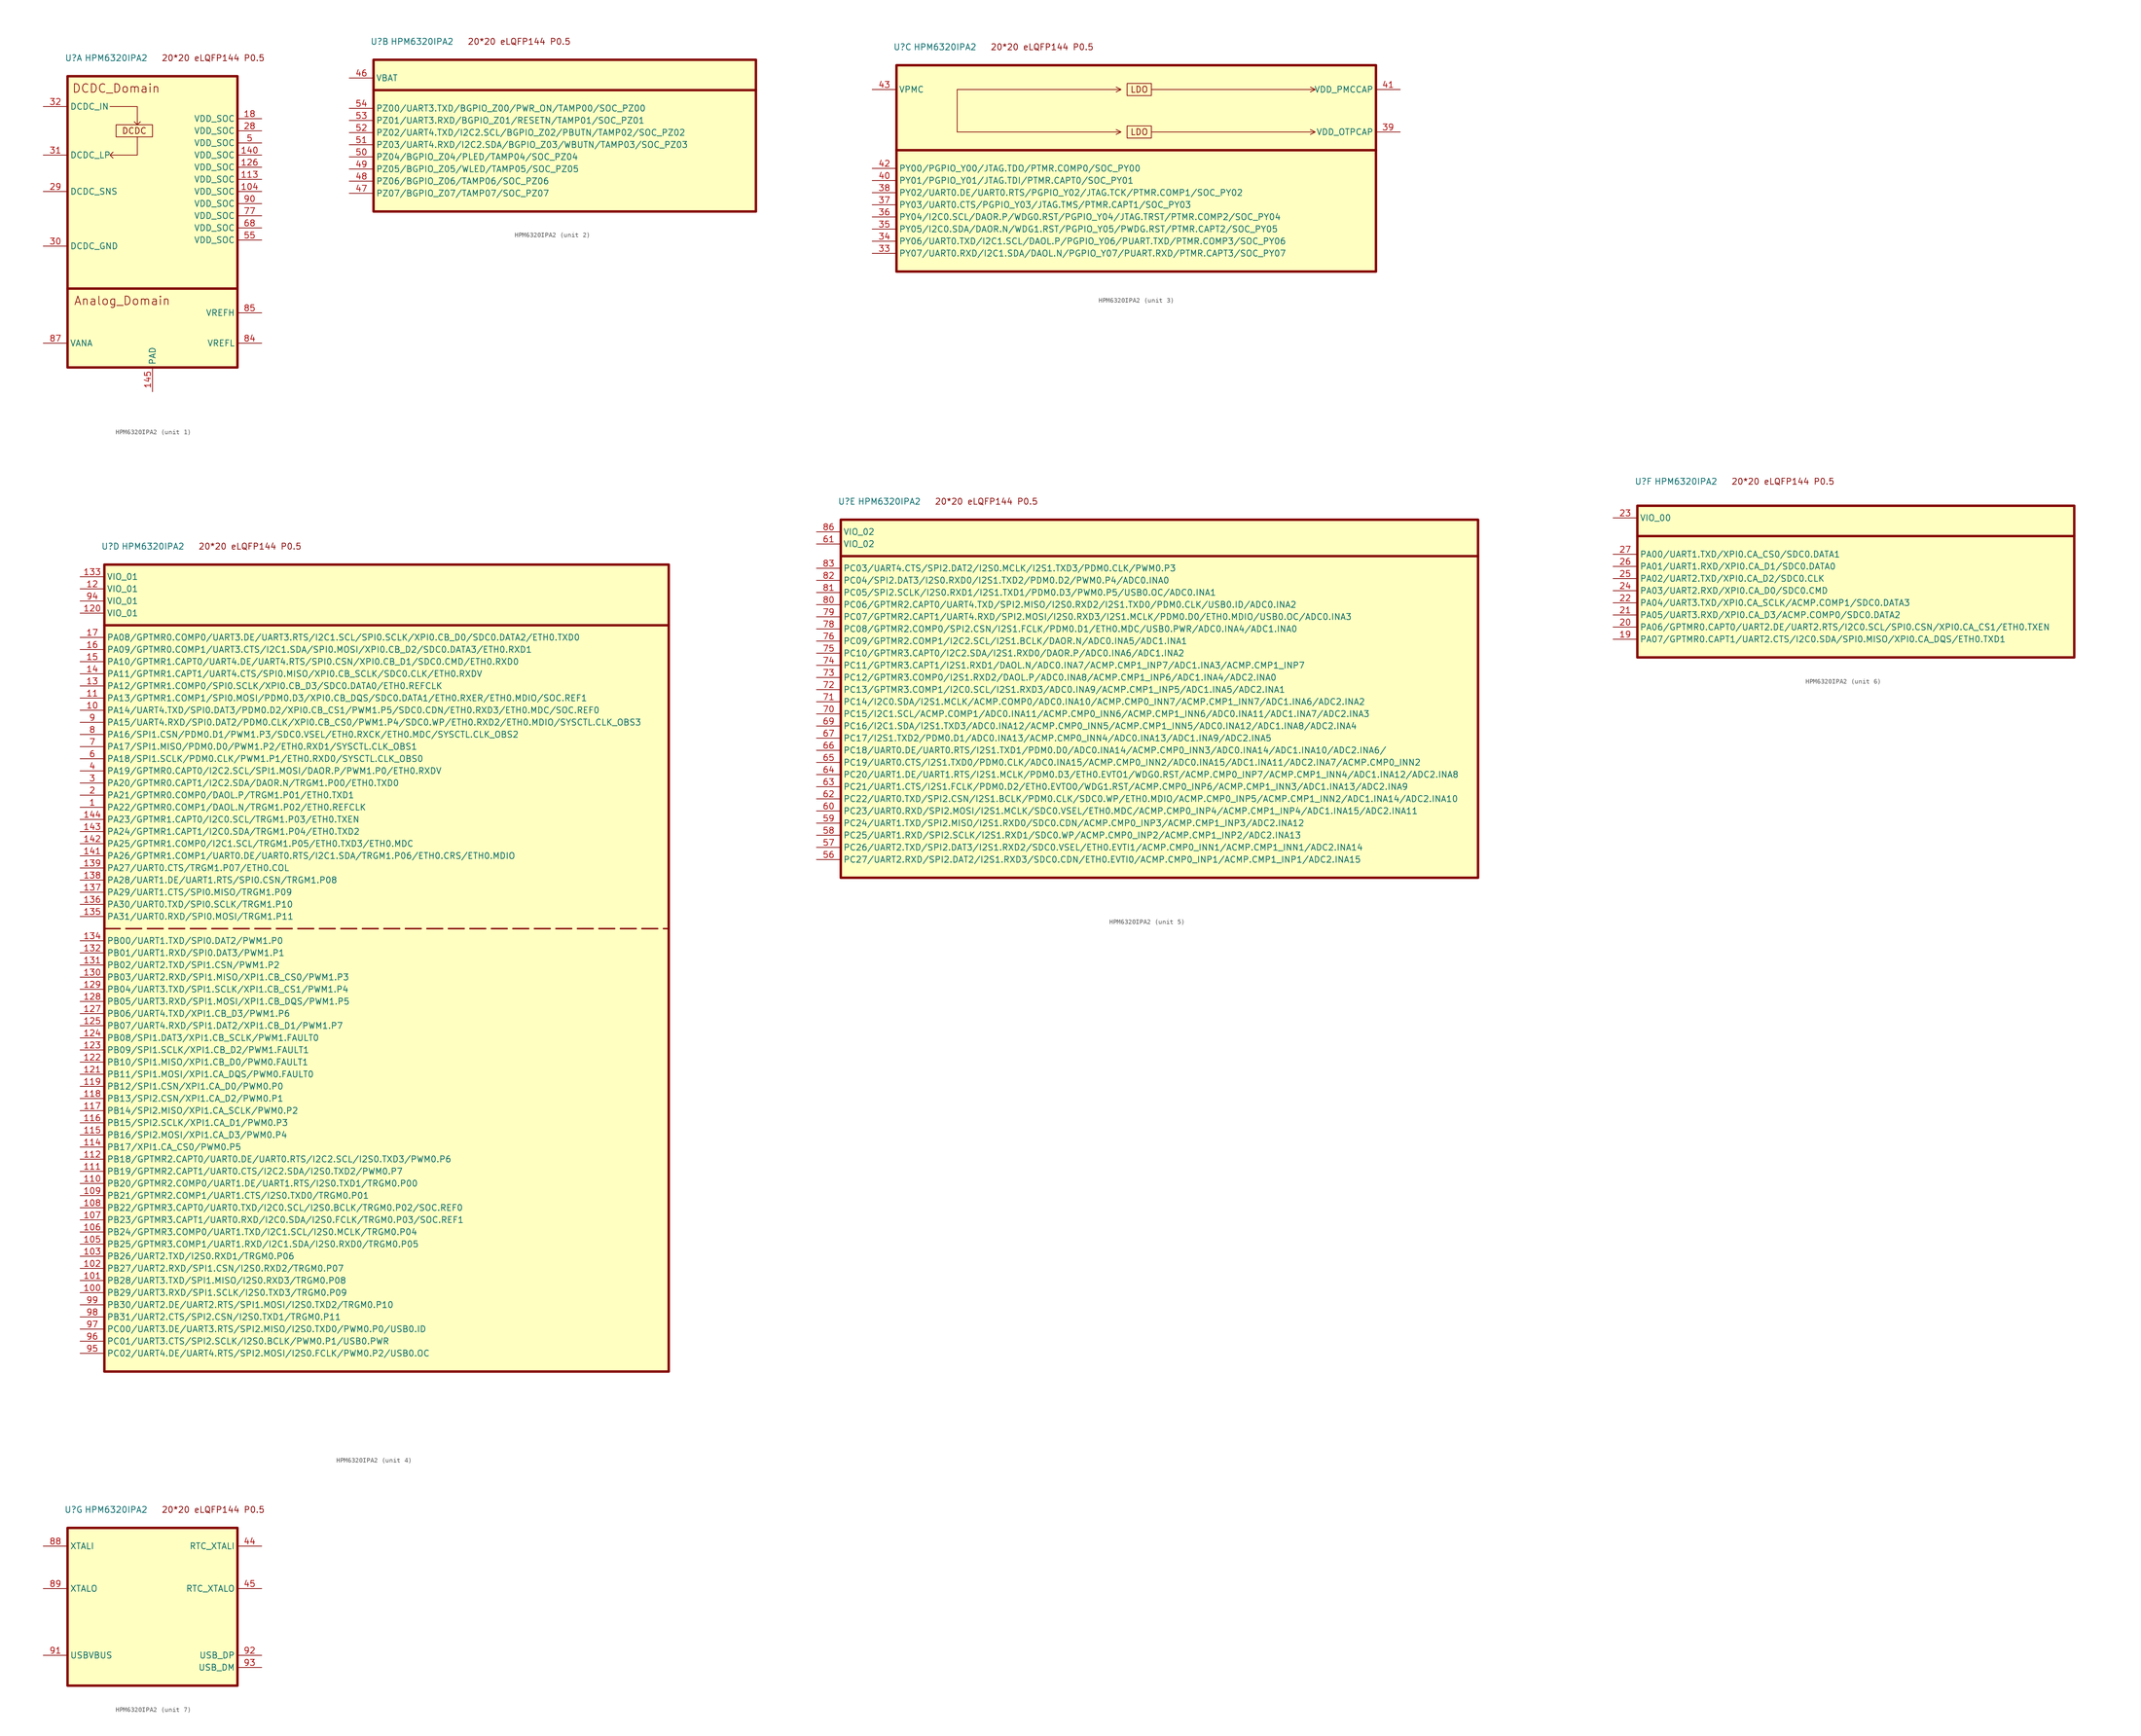
<source format=kicad_sym>
(kicad_symbol_lib
  (version 20220914)
  (generator kicad_symbol_editor)
  (symbol "HPM6320IPA2"
    (property "Reference" "U"
      (at 1.27 3.81 0)
      (effects (font (size 1.27 1.27))))
    (property "Value" "HPM6320IPA2"
      (at 10.16 3.81 0)
      (effects (font (size 1.27 1.27))))
    (property "ki_locked" ""
      (at 0 0 0)
      (effects (font (size 1.27 1.27))))
    (symbol "HPM6320IPA2_0_0"
      (text "20*20 eLQFP144 P0.5" (at 30.48 3.81 0) (effects (font (size 1.27 1.27)))))
    (symbol "HPM6320IPA2_1_1"
      (polyline (pts (xy 0 -44.45) (xy 35.56 -44.45)) (stroke (width 0.508) (type default)) (fill (type none)))
      (polyline (pts (xy 8.89 -6.35) (xy 14.605 -6.35) (xy 14.605 -10.16) (xy 13.97 -9.525) (xy 14.605 -10.16) (xy 15.24 -9.525)) (stroke (width 0) (type default)) (fill (type none)))
      (polyline (pts (xy 14.605 -12.7) (xy 14.605 -16.51) (xy 8.89 -16.51) (xy 9.525 -15.875) (xy 8.89 -16.51) (xy 9.525 -17.145)) (stroke (width 0) (type default)) (fill (type none)))
      (rectangle (start 0 0) (end 35.56 -60.96) (stroke (width 0.508) (type default)) (fill (type background)))
      (rectangle (start 10.16 -10.16) (end 17.78 -12.7) (stroke (width 0) (type default)) (fill (type none)))
      (text "Analog_Domain" (at 11.43 -46.99 0) (effects (font (size 1.778 1.778))))
      (text "DCDC" (at 13.97 -11.43 0) (effects (font (size 1.27 1.27))))
      (text "DCDC_Domain" (at 10.16 -2.54 0) (effects (font (size 1.778 1.778))))
      (pin power_in line (at 40.64 -24.13 180) (length 5.08) (name "VDD_SOC" (effects (font (size 1.27 1.27)))) (number "104" (effects (font (size 1.27 1.27)))))
      (pin power_in line (at 40.64 -21.59 180) (length 5.08) (name "VDD_SOC" (effects (font (size 1.27 1.27)))) (number "113" (effects (font (size 1.27 1.27)))))
      (pin power_in line (at 40.64 -19.05 180) (length 5.08) (name "VDD_SOC" (effects (font (size 1.27 1.27)))) (number "126" (effects (font (size 1.27 1.27)))))
      (pin power_in line (at 40.64 -16.51 180) (length 5.08) (name "VDD_SOC" (effects (font (size 1.27 1.27)))) (number "140" (effects (font (size 1.27 1.27)))))
      (pin power_out line (at 17.78 -66.04 90) (length 5.08) (name "PAD" (effects (font (size 1.27 1.27)))) (number "145" (effects (font (size 1.27 1.27)))))
      (pin power_in line (at 40.64 -8.89 180) (length 5.08) (name "VDD_SOC" (effects (font (size 1.27 1.27)))) (number "18" (effects (font (size 1.27 1.27)))))
      (pin power_in line (at 40.64 -11.43 180) (length 5.08) (name "VDD_SOC" (effects (font (size 1.27 1.27)))) (number "28" (effects (font (size 1.27 1.27)))))
      (pin input line (at -5.08 -24.13 0) (length 5.08) (name "DCDC_SNS" (effects (font (size 1.27 1.27)))) (number "29" (effects (font (size 1.27 1.27)))))
      (pin power_out line (at -5.08 -35.56 0) (length 5.08) (name "DCDC_GND" (effects (font (size 1.27 1.27)))) (number "30" (effects (font (size 1.27 1.27)))))
      (pin power_out line (at -5.08 -16.51 0) (length 5.08) (name "DCDC_LP" (effects (font (size 1.27 1.27)))) (number "31" (effects (font (size 1.27 1.27)))))
      (pin power_in line (at -5.08 -6.35 0) (length 5.08) (name "DCDC_IN" (effects (font (size 1.27 1.27)))) (number "32" (effects (font (size 1.27 1.27)))))
      (pin power_in line (at 40.64 -13.97 180) (length 5.08) (name "VDD_SOC" (effects (font (size 1.27 1.27)))) (number "5" (effects (font (size 1.27 1.27)))))
      (pin power_in line (at 40.64 -34.29 180) (length 5.08) (name "VDD_SOC" (effects (font (size 1.27 1.27)))) (number "55" (effects (font (size 1.27 1.27)))))
      (pin power_in line (at 40.64 -31.75 180) (length 5.08) (name "VDD_SOC" (effects (font (size 1.27 1.27)))) (number "68" (effects (font (size 1.27 1.27)))))
      (pin power_in line (at 40.64 -29.21 180) (length 5.08) (name "VDD_SOC" (effects (font (size 1.27 1.27)))) (number "77" (effects (font (size 1.27 1.27)))))
      (pin power_out line (at 40.64 -55.88 180) (length 5.08) (name "VREFL" (effects (font (size 1.27 1.27)))) (number "84" (effects (font (size 1.27 1.27)))))
      (pin power_in line (at 40.64 -49.53 180) (length 5.08) (name "VREFH" (effects (font (size 1.27 1.27)))) (number "85" (effects (font (size 1.27 1.27)))))
      (pin power_in line (at -5.08 -55.88 0) (length 5.08) (name "VANA" (effects (font (size 1.27 1.27)))) (number "87" (effects (font (size 1.27 1.27)))))
      (pin power_in line (at 40.64 -26.67 180) (length 5.08) (name "VDD_SOC" (effects (font (size 1.27 1.27)))) (number "90" (effects (font (size 1.27 1.27))))))
    (symbol "HPM6320IPA2_2_0"
      (polyline (pts (xy 0 -6.35) (xy 80.01 -6.35)) (stroke (width 0.5) (type default)) (fill (type none))))
    (symbol "HPM6320IPA2_2_1"
      (rectangle (start 0 0) (end 80.01 -31.75) (stroke (width 0.508) (type default)) (fill (type background)))
      (pin power_in line (at -5.08 -3.81 0) (length 5.08) (name "VBAT" (effects (font (size 1.27 1.27)))) (number "46" (effects (font (size 1.27 1.27)))))
      (pin bidirectional line (at -5.08 -27.94 0) (length 5.08) (name "PZ07/BGPIO_Z07/TAMP07/SOC_PZ07" (effects (font (size 1.27 1.27)))) (number "47" (effects (font (size 1.27 1.27)))))
      (pin bidirectional line (at -5.08 -25.4 0) (length 5.08) (name "PZ06/BGPIO_Z06/TAMP06/SOC_PZ06" (effects (font (size 1.27 1.27)))) (number "48" (effects (font (size 1.27 1.27)))))
      (pin bidirectional line (at -5.08 -22.86 0) (length 5.08) (name "PZ05/BGPIO_Z05/WLED/TAMP05/SOC_PZ05" (effects (font (size 1.27 1.27)))) (number "49" (effects (font (size 1.27 1.27)))))
      (pin bidirectional line (at -5.08 -20.32 0) (length 5.08) (name "PZ04/BGPIO_Z04/PLED/TAMP04/SOC_PZ04" (effects (font (size 1.27 1.27)))) (number "50" (effects (font (size 1.27 1.27)))))
      (pin bidirectional line (at -5.08 -17.78 0) (length 5.08) (name "PZ03/UART4.RXD/I2C2.SDA/BGPIO_Z03/WBUTN/TAMP03/SOC_PZ03" (effects (font (size 1.27 1.27)))) (number "51" (effects (font (size 1.27 1.27)))))
      (pin bidirectional line (at -5.08 -15.24 0) (length 5.08) (name "PZ02/UART4.TXD/I2C2.SCL/BGPIO_Z02/PBUTN/TAMP02/SOC_PZ02" (effects (font (size 1.27 1.27)))) (number "52" (effects (font (size 1.27 1.27)))))
      (pin bidirectional line (at -5.08 -12.7 0) (length 5.08) (name "PZ01/UART3.RXD/BGPIO_Z01/RESETN/TAMP01/SOC_PZ01" (effects (font (size 1.27 1.27)))) (number "53" (effects (font (size 1.27 1.27)))))
      (pin bidirectional line (at -5.08 -10.16 0) (length 5.08) (name "PZ00/UART3.TXD/BGPIO_Z00/PWR_ON/TAMP00/SOC_PZ00" (effects (font (size 1.27 1.27)))) (number "54" (effects (font (size 1.27 1.27))))))
    (symbol "HPM6320IPA2_3_0"
      (polyline (pts (xy 12.7 -13.97) (xy 46.99 -13.97) (xy 45.974 -13.462) (xy 46.99 -13.97) (xy 45.974 -14.478)) (stroke (width 0) (type default)) (fill (type none)))
      (polyline (pts (xy 12.7 -5.08) (xy 46.99 -5.08) (xy 45.974 -4.572) (xy 46.99 -5.08) (xy 45.974 -5.588)) (stroke (width 0) (type default)) (fill (type none)))
      (polyline (pts (xy 53.34 -13.97) (xy 87.63 -13.97) (xy 86.614 -13.462) (xy 87.63 -13.97) (xy 86.614 -14.478)) (stroke (width 0) (type default)) (fill (type none)))
      (polyline (pts (xy 53.34 -5.08) (xy 87.63 -5.08) (xy 86.614 -4.572) (xy 87.63 -5.08) (xy 86.614 -5.588)) (stroke (width 0) (type default)) (fill (type none))))
    (symbol "HPM6320IPA2_3_1"
      (polyline (pts (xy 0 -17.78) (xy 100.33 -17.78)) (stroke (width 0.508) (type default)) (fill (type none)))
      (polyline (pts (xy 12.7 -12.7) (xy 12.7 -5.08) (xy 12.7 -13.97)) (stroke (width 0) (type default)) (fill (type none)))
      (rectangle (start 0 0) (end 100.33 -43.18) (stroke (width 0.508) (type default)) (fill (type background)))
      (rectangle (start 48.26 -12.7) (end 53.34 -15.24) (stroke (width 0) (type default)) (fill (type none)))
      (rectangle (start 48.26 -3.81) (end 53.34 -6.35) (stroke (width 0) (type default)) (fill (type none)))
      (text "LDO" (at 50.8 -13.97 0) (effects (font (size 1.27 1.27))))
      (text "LDO" (at 50.8 -5.08 0) (effects (font (size 1.27 1.27))))
      (pin bidirectional line (at -5.08 -39.37 0) (length 5.08) (name "PY07/UART0.RXD/I2C1.SDA/DAOL.N/PGPIO_Y07/PUART.RXD/PTMR.CAPT3/SOC_PY07" (effects (font (size 1.27 1.27)))) (number "33" (effects (font (size 1.27 1.27)))))
      (pin bidirectional line (at -5.08 -36.83 0) (length 5.08) (name "PY06/UART0.TXD/I2C1.SCL/DAOL.P/PGPIO_Y06/PUART.TXD/PTMR.COMP3/SOC_PY06" (effects (font (size 1.27 1.27)))) (number "34" (effects (font (size 1.27 1.27)))))
      (pin bidirectional line (at -5.08 -34.29 0) (length 5.08) (name "PY05/I2C0.SDA/DAOR.N/WDG1.RST/PGPIO_Y05/PWDG.RST/PTMR.CAPT2/SOC_PY05" (effects (font (size 1.27 1.27)))) (number "35" (effects (font (size 1.27 1.27)))))
      (pin bidirectional line (at -5.08 -31.75 0) (length 5.08) (name "PY04/I2C0.SCL/DAOR.P/WDG0.RST/PGPIO_Y04/JTAG.TRST/PTMR.COMP2/SOC_PY04" (effects (font (size 1.27 1.27)))) (number "36" (effects (font (size 1.27 1.27)))))
      (pin bidirectional line (at -5.08 -29.21 0) (length 5.08) (name "PY03/UART0.CTS/PGPIO_Y03/JTAG.TMS/PTMR.CAPT1/SOC_PY03" (effects (font (size 1.27 1.27)))) (number "37" (effects (font (size 1.27 1.27)))))
      (pin bidirectional line (at -5.08 -26.67 0) (length 5.08) (name "PY02/UART0.DE/UART0.RTS/PGPIO_Y02/JTAG.TCK/PTMR.COMP1/SOC_PY02" (effects (font (size 1.27 1.27)))) (number "38" (effects (font (size 1.27 1.27)))))
      (pin power_out line (at 105.41 -13.97 180) (length 5.08) (name "VDD_OTPCAP" (effects (font (size 1.27 1.27)))) (number "39" (effects (font (size 1.27 1.27)))))
      (pin bidirectional line (at -5.08 -24.13 0) (length 5.08) (name "PY01/PGPIO_Y01/JTAG.TDI/PTMR.CAPT0/SOC_PY01" (effects (font (size 1.27 1.27)))) (number "40" (effects (font (size 1.27 1.27)))))
      (pin power_out line (at 105.41 -5.08 180) (length 5.08) (name "VDD_PMCCAP" (effects (font (size 1.27 1.27)))) (number "41" (effects (font (size 1.27 1.27)))))
      (pin bidirectional line (at -5.08 -21.59 0) (length 5.08) (name "PY00/PGPIO_Y00/JTAG.TDO/PTMR.COMP0/SOC_PY00" (effects (font (size 1.27 1.27)))) (number "42" (effects (font (size 1.27 1.27)))))
      (pin power_in line (at -5.08 -5.08 0) (length 5.08) (name "VPMC" (effects (font (size 1.27 1.27)))) (number "43" (effects (font (size 1.27 1.27))))))
    (symbol "HPM6320IPA2_4_0"
      (polyline (pts (xy 0 -12.7) (xy 118.11 -12.7)) (stroke (width 0.5) (type default)) (fill (type none))))
    (symbol "HPM6320IPA2_4_1"
      (polyline (pts (xy 0 -76.2) (xy 118.11 -76.2)) (stroke (width 0.3) (type dash)) (fill (type none)))
      (rectangle (start 0 0) (end 118.11 -168.91) (stroke (width 0.508) (type default)) (fill (type background)))
      (pin bidirectional line (at -5.08 -50.8 0) (length 5.08) (name "PA22/GPTMR0.COMP1/DAOL.N/TRGM1.P02/ETH0.REFCLK" (effects (font (size 1.27 1.27)))) (number "1" (effects (font (size 1.27 1.27)))))
      (pin bidirectional line (at -5.08 -30.48 0) (length 5.08) (name "PA14/UART4.TXD/SPI0.DAT3/PDM0.D2/XPI0.CB_CS1/PWM1.P5/SDC0.CDN/ETH0.RXD3/ETH0.MDC/SOC.REF0" (effects (font (size 1.27 1.27)))) (number "10" (effects (font (size 1.27 1.27)))))
      (pin bidirectional line (at -5.08 -152.4 0) (length 5.08) (name "PB29/UART3.RXD/SPI1.SCLK/I2S0.TXD3/TRGM0.P09" (effects (font (size 1.27 1.27)))) (number "100" (effects (font (size 1.27 1.27)))))
      (pin bidirectional line (at -5.08 -149.86 0) (length 5.08) (name "PB28/UART3.TXD/SPI1.MISO/I2S0.RXD3/TRGM0.P08" (effects (font (size 1.27 1.27)))) (number "101" (effects (font (size 1.27 1.27)))))
      (pin bidirectional line (at -5.08 -147.32 0) (length 5.08) (name "PB27/UART2.RXD/SPI1.CSN/I2S0.RXD2/TRGM0.P07" (effects (font (size 1.27 1.27)))) (number "102" (effects (font (size 1.27 1.27)))))
      (pin bidirectional line (at -5.08 -144.78 0) (length 5.08) (name "PB26/UART2.TXD/I2S0.RXD1/TRGM0.P06" (effects (font (size 1.27 1.27)))) (number "103" (effects (font (size 1.27 1.27)))))
      (pin bidirectional line (at -5.08 -142.24 0) (length 5.08) (name "PB25/GPTMR3.COMP1/UART1.RXD/I2C1.SDA/I2S0.RXD0/TRGM0.P05" (effects (font (size 1.27 1.27)))) (number "105" (effects (font (size 1.27 1.27)))))
      (pin bidirectional line (at -5.08 -139.7 0) (length 5.08) (name "PB24/GPTMR3.COMP0/UART1.TXD/I2C1.SCL/I2S0.MCLK/TRGM0.P04" (effects (font (size 1.27 1.27)))) (number "106" (effects (font (size 1.27 1.27)))))
      (pin bidirectional line (at -5.08 -137.16 0) (length 5.08) (name "PB23/GPTMR3.CAPT1/UART0.RXD/I2C0.SDA/I2S0.FCLK/TRGM0.P03/SOC.REF1" (effects (font (size 1.27 1.27)))) (number "107" (effects (font (size 1.27 1.27)))))
      (pin bidirectional line (at -5.08 -134.62 0) (length 5.08) (name "PB22/GPTMR3.CAPT0/UART0.TXD/I2C0.SCL/I2S0.BCLK/TRGM0.P02/SOC.REF0" (effects (font (size 1.27 1.27)))) (number "108" (effects (font (size 1.27 1.27)))))
      (pin bidirectional line (at -5.08 -132.08 0) (length 5.08) (name "PB21/GPTMR2.COMP1/UART1.CTS/I2S0.TXD0/TRGM0.P01" (effects (font (size 1.27 1.27)))) (number "109" (effects (font (size 1.27 1.27)))))
      (pin bidirectional line (at -5.08 -27.94 0) (length 5.08) (name "PA13/GPTMR1.COMP1/SPI0.MOSI/PDM0.D3/XPI0.CB_DQS/SDC0.DATA1/ETH0.RXER/ETH0.MDIO/SOC.REF1" (effects (font (size 1.27 1.27)))) (number "11" (effects (font (size 1.27 1.27)))))
      (pin bidirectional line (at -5.08 -129.54 0) (length 5.08) (name "PB20/GPTMR2.COMP0/UART1.DE/UART1.RTS/I2S0.TXD1/TRGM0.P00" (effects (font (size 1.27 1.27)))) (number "110" (effects (font (size 1.27 1.27)))))
      (pin bidirectional line (at -5.08 -127 0) (length 5.08) (name "PB19/GPTMR2.CAPT1/UART0.CTS/I2C2.SDA/I2S0.TXD2/PWM0.P7" (effects (font (size 1.27 1.27)))) (number "111" (effects (font (size 1.27 1.27)))))
      (pin bidirectional line (at -5.08 -124.46 0) (length 5.08) (name "PB18/GPTMR2.CAPT0/UART0.DE/UART0.RTS/I2C2.SCL/I2S0.TXD3/PWM0.P6" (effects (font (size 1.27 1.27)))) (number "112" (effects (font (size 1.27 1.27)))))
      (pin bidirectional line (at -5.08 -121.92 0) (length 5.08) (name "PB17/XPI1.CA_CS0/PWM0.P5" (effects (font (size 1.27 1.27)))) (number "114" (effects (font (size 1.27 1.27)))))
      (pin bidirectional line (at -5.08 -119.38 0) (length 5.08) (name "PB16/SPI2.MOSI/XPI1.CA_D3/PWM0.P4" (effects (font (size 1.27 1.27)))) (number "115" (effects (font (size 1.27 1.27)))))
      (pin bidirectional line (at -5.08 -116.84 0) (length 5.08) (name "PB15/SPI2.SCLK/XPI1.CA_D1/PWM0.P3" (effects (font (size 1.27 1.27)))) (number "116" (effects (font (size 1.27 1.27)))))
      (pin bidirectional line (at -5.08 -114.3 0) (length 5.08) (name "PB14/SPI2.MISO/XPI1.CA_SCLK/PWM0.P2" (effects (font (size 1.27 1.27)))) (number "117" (effects (font (size 1.27 1.27)))))
      (pin bidirectional line (at -5.08 -111.76 0) (length 5.08) (name "PB13/SPI2.CSN/XPI1.CA_D2/PWM0.P1" (effects (font (size 1.27 1.27)))) (number "118" (effects (font (size 1.27 1.27)))))
      (pin bidirectional line (at -5.08 -109.22 0) (length 5.08) (name "PB12/SPI1.CSN/XPI1.CA_D0/PWM0.P0" (effects (font (size 1.27 1.27)))) (number "119" (effects (font (size 1.27 1.27)))))
      (pin power_in line (at -5.08 -5.08 0) (length 5.08) (name "VIO_01" (effects (font (size 1.27 1.27)))) (number "12" (effects (font (size 1.27 1.27)))))
      (pin power_in line (at -5.08 -10.16 0) (length 5.08) (name "VIO_01" (effects (font (size 1.27 1.27)))) (number "120" (effects (font (size 1.27 1.27)))))
      (pin bidirectional line (at -5.08 -106.68 0) (length 5.08) (name "PB11/SPI1.MOSI/XPI1.CA_DQS/PWM0.FAULT0" (effects (font (size 1.27 1.27)))) (number "121" (effects (font (size 1.27 1.27)))))
      (pin bidirectional line (at -5.08 -104.14 0) (length 5.08) (name "PB10/SPI1.MISO/XPI1.CB_D0/PWM0.FAULT1" (effects (font (size 1.27 1.27)))) (number "122" (effects (font (size 1.27 1.27)))))
      (pin bidirectional line (at -5.08 -101.6 0) (length 5.08) (name "PB09/SPI1.SCLK/XPI1.CB_D2/PWM1.FAULT1" (effects (font (size 1.27 1.27)))) (number "123" (effects (font (size 1.27 1.27)))))
      (pin bidirectional line (at -5.08 -99.06 0) (length 5.08) (name "PB08/SPI1.DAT3/XPI1.CB_SCLK/PWM1.FAULT0" (effects (font (size 1.27 1.27)))) (number "124" (effects (font (size 1.27 1.27)))))
      (pin bidirectional line (at -5.08 -96.52 0) (length 5.08) (name "PB07/UART4.RXD/SPI1.DAT2/XPI1.CB_D1/PWM1.P7" (effects (font (size 1.27 1.27)))) (number "125" (effects (font (size 1.27 1.27)))))
      (pin bidirectional line (at -5.08 -93.98 0) (length 5.08) (name "PB06/UART4.TXD/XPI1.CB_D3/PWM1.P6" (effects (font (size 1.27 1.27)))) (number "127" (effects (font (size 1.27 1.27)))))
      (pin bidirectional line (at -5.08 -91.44 0) (length 5.08) (name "PB05/UART3.RXD/SPI1.MOSI/XPI1.CB_DQS/PWM1.P5" (effects (font (size 1.27 1.27)))) (number "128" (effects (font (size 1.27 1.27)))))
      (pin bidirectional line (at -5.08 -88.9 0) (length 5.08) (name "PB04/UART3.TXD/SPI1.SCLK/XPI1.CB_CS1/PWM1.P4" (effects (font (size 1.27 1.27)))) (number "129" (effects (font (size 1.27 1.27)))))
      (pin bidirectional line (at -5.08 -25.4 0) (length 5.08) (name "PA12/GPTMR1.COMP0/SPI0.SCLK/XPI0.CB_D3/SDC0.DATA0/ETH0.REFCLK" (effects (font (size 1.27 1.27)))) (number "13" (effects (font (size 1.27 1.27)))))
      (pin bidirectional line (at -5.08 -86.36 0) (length 5.08) (name "PB03/UART2.RXD/SPI1.MISO/XPI1.CB_CS0/PWM1.P3" (effects (font (size 1.27 1.27)))) (number "130" (effects (font (size 1.27 1.27)))))
      (pin bidirectional line (at -5.08 -83.82 0) (length 5.08) (name "PB02/UART2.TXD/SPI1.CSN/PWM1.P2" (effects (font (size 1.27 1.27)))) (number "131" (effects (font (size 1.27 1.27)))))
      (pin bidirectional line (at -5.08 -81.28 0) (length 5.08) (name "PB01/UART1.RXD/SPI0.DAT3/PWM1.P1" (effects (font (size 1.27 1.27)))) (number "132" (effects (font (size 1.27 1.27)))))
      (pin power_in line (at -5.08 -2.54 0) (length 5.08) (name "VIO_01" (effects (font (size 1.27 1.27)))) (number "133" (effects (font (size 1.27 1.27)))))
      (pin bidirectional line (at -5.08 -78.74 0) (length 5.08) (name "PB00/UART1.TXD/SPI0.DAT2/PWM1.P0" (effects (font (size 1.27 1.27)))) (number "134" (effects (font (size 1.27 1.27)))))
      (pin bidirectional line (at -5.08 -73.66 0) (length 5.08) (name "PA31/UART0.RXD/SPI0.MOSI/TRGM1.P11" (effects (font (size 1.27 1.27)))) (number "135" (effects (font (size 1.27 1.27)))))
      (pin bidirectional line (at -5.08 -71.12 0) (length 5.08) (name "PA30/UART0.TXD/SPI0.SCLK/TRGM1.P10" (effects (font (size 1.27 1.27)))) (number "136" (effects (font (size 1.27 1.27)))))
      (pin bidirectional line (at -5.08 -68.58 0) (length 5.08) (name "PA29/UART1.CTS/SPI0.MISO/TRGM1.P09" (effects (font (size 1.27 1.27)))) (number "137" (effects (font (size 1.27 1.27)))))
      (pin bidirectional line (at -5.08 -66.04 0) (length 5.08) (name "PA28/UART1.DE/UART1.RTS/SPI0.CSN/TRGM1.P08" (effects (font (size 1.27 1.27)))) (number "138" (effects (font (size 1.27 1.27)))))
      (pin bidirectional line (at -5.08 -63.5 0) (length 5.08) (name "PA27/UART0.CTS/TRGM1.P07/ETH0.COL" (effects (font (size 1.27 1.27)))) (number "139" (effects (font (size 1.27 1.27)))))
      (pin bidirectional line (at -5.08 -22.86 0) (length 5.08) (name "PA11/GPTMR1.CAPT1/UART4.CTS/SPI0.MISO/XPI0.CB_SCLK/SDC0.CLK/ETH0.RXDV" (effects (font (size 1.27 1.27)))) (number "14" (effects (font (size 1.27 1.27)))))
      (pin bidirectional line (at -5.08 -60.96 0) (length 5.08) (name "PA26/GPTMR1.COMP1/UART0.DE/UART0.RTS/I2C1.SDA/TRGM1.P06/ETH0.CRS/ETH0.MDIO" (effects (font (size 1.27 1.27)))) (number "141" (effects (font (size 1.27 1.27)))))
      (pin bidirectional line (at -5.08 -58.42 0) (length 5.08) (name "PA25/GPTMR1.COMP0/I2C1.SCL/TRGM1.P05/ETH0.TXD3/ETH0.MDC" (effects (font (size 1.27 1.27)))) (number "142" (effects (font (size 1.27 1.27)))))
      (pin bidirectional line (at -5.08 -55.88 0) (length 5.08) (name "PA24/GPTMR1.CAPT1/I2C0.SDA/TRGM1.P04/ETH0.TXD2" (effects (font (size 1.27 1.27)))) (number "143" (effects (font (size 1.27 1.27)))))
      (pin bidirectional line (at -5.08 -53.34 0) (length 5.08) (name "PA23/GPTMR1.CAPT0/I2C0.SCL/TRGM1.P03/ETH0.TXEN" (effects (font (size 1.27 1.27)))) (number "144" (effects (font (size 1.27 1.27)))))
      (pin bidirectional line (at -5.08 -20.32 0) (length 5.08) (name "PA10/GPTMR1.CAPT0/UART4.DE/UART4.RTS/SPI0.CSN/XPI0.CB_D1/SDC0.CMD/ETH0.RXD0" (effects (font (size 1.27 1.27)))) (number "15" (effects (font (size 1.27 1.27)))))
      (pin bidirectional line (at -5.08 -17.78 0) (length 5.08) (name "PA09/GPTMR0.COMP1/UART3.CTS/I2C1.SDA/SPI0.MOSI/XPI0.CB_D2/SDC0.DATA3/ETH0.RXD1" (effects (font (size 1.27 1.27)))) (number "16" (effects (font (size 1.27 1.27)))))
      (pin bidirectional line (at -5.08 -15.24 0) (length 5.08) (name "PA08/GPTMR0.COMP0/UART3.DE/UART3.RTS/I2C1.SCL/SPI0.SCLK/XPI0.CB_D0/SDC0.DATA2/ETH0.TXD0" (effects (font (size 1.27 1.27)))) (number "17" (effects (font (size 1.27 1.27)))))
      (pin bidirectional line (at -5.08 -48.26 0) (length 5.08) (name "PA21/GPTMR0.COMP0/DAOL.P/TRGM1.P01/ETH0.TXD1" (effects (font (size 1.27 1.27)))) (number "2" (effects (font (size 1.27 1.27)))))
      (pin bidirectional line (at -5.08 -45.72 0) (length 5.08) (name "PA20/GPTMR0.CAPT1/I2C2.SDA/DAOR.N/TRGM1.P00/ETH0.TXD0" (effects (font (size 1.27 1.27)))) (number "3" (effects (font (size 1.27 1.27)))))
      (pin bidirectional line (at -5.08 -43.18 0) (length 5.08) (name "PA19/GPTMR0.CAPT0/I2C2.SCL/SPI1.MOSI/DAOR.P/PWM1.P0/ETH0.RXDV" (effects (font (size 1.27 1.27)))) (number "4" (effects (font (size 1.27 1.27)))))
      (pin bidirectional line (at -5.08 -40.64 0) (length 5.08) (name "PA18/SPI1.SCLK/PDM0.CLK/PWM1.P1/ETH0.RXD0/SYSCTL.CLK_OBS0" (effects (font (size 1.27 1.27)))) (number "6" (effects (font (size 1.27 1.27)))))
      (pin bidirectional line (at -5.08 -38.1 0) (length 5.08) (name "PA17/SPI1.MISO/PDM0.D0/PWM1.P2/ETH0.RXD1/SYSCTL.CLK_OBS1" (effects (font (size 1.27 1.27)))) (number "7" (effects (font (size 1.27 1.27)))))
      (pin bidirectional line (at -5.08 -35.56 0) (length 5.08) (name "PA16/SPI1.CSN/PDM0.D1/PWM1.P3/SDC0.VSEL/ETH0.RXCK/ETH0.MDC/SYSCTL.CLK_OBS2" (effects (font (size 1.27 1.27)))) (number "8" (effects (font (size 1.27 1.27)))))
      (pin bidirectional line (at -5.08 -33.02 0) (length 5.08) (name "PA15/UART4.RXD/SPI0.DAT2/PDM0.CLK/XPI0.CB_CS0/PWM1.P4/SDC0.WP/ETH0.RXD2/ETH0.MDIO/SYSCTL.CLK_OBS3" (effects (font (size 1.27 1.27)))) (number "9" (effects (font (size 1.27 1.27)))))
      (pin power_in line (at -5.08 -7.62 0) (length 5.08) (name "VIO_01" (effects (font (size 1.27 1.27)))) (number "94" (effects (font (size 1.27 1.27)))))
      (pin bidirectional line (at -5.08 -165.1 0) (length 5.08) (name "PC02/UART4.DE/UART4.RTS/SPI2.MOSI/I2S0.FCLK/PWM0.P2/USB0.OC" (effects (font (size 1.27 1.27)))) (number "95" (effects (font (size 1.27 1.27)))))
      (pin bidirectional line (at -5.08 -162.56 0) (length 5.08) (name "PC01/UART3.CTS/SPI2.SCLK/I2S0.BCLK/PWM0.P1/USB0.PWR" (effects (font (size 1.27 1.27)))) (number "96" (effects (font (size 1.27 1.27)))))
      (pin bidirectional line (at -5.08 -160.02 0) (length 5.08) (name "PC00/UART3.DE/UART3.RTS/SPI2.MISO/I2S0.TXD0/PWM0.P0/USB0.ID" (effects (font (size 1.27 1.27)))) (number "97" (effects (font (size 1.27 1.27)))))
      (pin bidirectional line (at -5.08 -157.48 0) (length 5.08) (name "PB31/UART2.CTS/SPI2.CSN/I2S0.TXD1/TRGM0.P11" (effects (font (size 1.27 1.27)))) (number "98" (effects (font (size 1.27 1.27)))))
      (pin bidirectional line (at -5.08 -154.94 0) (length 5.08) (name "PB30/UART2.DE/UART2.RTS/SPI1.MOSI/I2S0.TXD2/TRGM0.P10" (effects (font (size 1.27 1.27)))) (number "99" (effects (font (size 1.27 1.27))))))
    (symbol "HPM6320IPA2_5_0"
      (polyline (pts (xy 0 -7.62) (xy 133.35 -7.62)) (stroke (width 0.5) (type default)) (fill (type none))))
    (symbol "HPM6320IPA2_5_1"
      (rectangle (start 0 0) (end 133.35 -74.93) (stroke (width 0.508) (type default)) (fill (type background)))
      (pin bidirectional line (at -5.08 -71.12 0) (length 5.08) (name "PC27/UART2.RXD/SPI2.DAT2/I2S1.RXD3/SDC0.CDN/ETH0.EVTI0/ACMP.CMP0_INP1/ACMP.CMP1_INP1/ADC2.INA15" (effects (font (size 1.27 1.27)))) (number "56" (effects (font (size 1.27 1.27)))))
      (pin bidirectional line (at -5.08 -68.58 0) (length 5.08) (name "PC26/UART2.TXD/SPI2.DAT3/I2S1.RXD2/SDC0.VSEL/ETH0.EVTI1/ACMP.CMP0_INN1/ACMP.CMP1_INN1/ADC2.INA14" (effects (font (size 1.27 1.27)))) (number "57" (effects (font (size 1.27 1.27)))))
      (pin bidirectional line (at -5.08 -66.04 0) (length 5.08) (name "PC25/UART1.RXD/SPI2.SCLK/I2S1.RXD1/SDC0.WP/ACMP.CMP0_INP2/ACMP.CMP1_INP2/ADC2.INA13" (effects (font (size 1.27 1.27)))) (number "58" (effects (font (size 1.27 1.27)))))
      (pin bidirectional line (at -5.08 -63.5 0) (length 5.08) (name "PC24/UART1.TXD/SPI2.MISO/I2S1.RXD0/SDC0.CDN/ACMP.CMP0_INP3/ACMP.CMP1_INP3/ADC2.INA12" (effects (font (size 1.27 1.27)))) (number "59" (effects (font (size 1.27 1.27)))))
      (pin bidirectional line (at -5.08 -60.96 0) (length 5.08) (name "PC23/UART0.RXD/SPI2.MOSI/I2S1.MCLK/SDC0.VSEL/ETH0.MDC/ACMP.CMP0_INP4/ACMP.CMP1_INP4/ADC1.INA15/ADC2.INA11" (effects (font (size 1.27 1.27)))) (number "60" (effects (font (size 1.27 1.27)))))
      (pin power_in line (at -5.08 -5.08 0) (length 5.08) (name "VIO_02" (effects (font (size 1.27 1.27)))) (number "61" (effects (font (size 1.27 1.27)))))
      (pin bidirectional line (at -5.08 -58.42 0) (length 5.08) (name "PC22/UART0.TXD/SPI2.CSN/I2S1.BCLK/PDM0.CLK/SDC0.WP/ETH0.MDIO/ACMP.CMP0_INP5/ACMP.CMP1_INN2/ADC1.INA14/ADC2.INA10" (effects (font (size 1.27 1.27)))) (number "62" (effects (font (size 1.27 1.27)))))
      (pin bidirectional line (at -5.08 -55.88 0) (length 5.08) (name "PC21/UART1.CTS/I2S1.FCLK/PDM0.D2/ETH0.EVTO0/WDG1.RST/ACMP.CMP0_INP6/ACMP.CMP1_INN3/ADC1.INA13/ADC2.INA9" (effects (font (size 1.27 1.27)))) (number "63" (effects (font (size 1.27 1.27)))))
      (pin bidirectional line (at -5.08 -53.34 0) (length 5.08) (name "PC20/UART1.DE/UART1.RTS/I2S1.MCLK/PDM0.D3/ETH0.EVTO1/WDG0.RST/ACMP.CMP0_INP7/ACMP.CMP1_INN4/ADC1.INA12/ADC2.INA8" (effects (font (size 1.27 1.27)))) (number "64" (effects (font (size 1.27 1.27)))))
      (pin bidirectional line (at -5.08 -50.8 0) (length 5.08) (name "PC19/UART0.CTS/I2S1.TXD0/PDM0.CLK/ADC0.INA15/ACMP.CMP0_INN2/ADC0.INA15/ADC1.INA11/ADC2.INA7/ACMP.CMP0_INN2" (effects (font (size 1.27 1.27)))) (number "65" (effects (font (size 1.27 1.27)))))
      (pin bidirectional line (at -5.08 -48.26 0) (length 5.08) (name "PC18/UART0.DE/UART0.RTS/I2S1.TXD1/PDM0.D0/ADC0.INA14/ACMP.CMP0_INN3/ADC0.INA14/ADC1.INA10/ADC2.INA6/" (effects (font (size 1.27 1.27)))) (number "66" (effects (font (size 1.27 1.27)))))
      (pin bidirectional line (at -5.08 -45.72 0) (length 5.08) (name "PC17/I2S1.TXD2/PDM0.D1/ADC0.INA13/ACMP.CMP0_INN4/ADC0.INA13/ADC1.INA9/ADC2.INA5" (effects (font (size 1.27 1.27)))) (number "67" (effects (font (size 1.27 1.27)))))
      (pin bidirectional line (at -5.08 -43.18 0) (length 5.08) (name "PC16/I2C1.SDA/I2S1.TXD3/ADC0.INA12/ACMP.CMP0_INN5/ACMP.CMP1_INN5/ADC0.INA12/ADC1.INA8/ADC2.INA4" (effects (font (size 1.27 1.27)))) (number "69" (effects (font (size 1.27 1.27)))))
      (pin bidirectional line (at -5.08 -40.64 0) (length 5.08) (name "PC15/I2C1.SCL/ACMP.COMP1/ADC0.INA11/ACMP.CMP0_INN6/ACMP.CMP1_INN6/ADC0.INA11/ADC1.INA7/ADC2.INA3" (effects (font (size 1.27 1.27)))) (number "70" (effects (font (size 1.27 1.27)))))
      (pin bidirectional line (at -5.08 -38.1 0) (length 5.08) (name "PC14/I2C0.SDA/I2S1.MCLK/ACMP.COMP0/ADC0.INA10/ACMP.CMP0_INN7/ACMP.CMP1_INN7/ADC1.INA6/ADC2.INA2" (effects (font (size 1.27 1.27)))) (number "71" (effects (font (size 1.27 1.27)))))
      (pin bidirectional line (at -5.08 -35.56 0) (length 5.08) (name "PC13/GPTMR3.COMP1/I2C0.SCL/I2S1.RXD3/ADC0.INA9/ACMP.CMP1_INP5/ADC1.INA5/ADC2.INA1" (effects (font (size 1.27 1.27)))) (number "72" (effects (font (size 1.27 1.27)))))
      (pin bidirectional line (at -5.08 -33.02 0) (length 5.08) (name "PC12/GPTMR3.COMP0/I2S1.RXD2/DAOL.P/ADC0.INA8/ACMP.CMP1_INP6/ADC1.INA4/ADC2.INA0" (effects (font (size 1.27 1.27)))) (number "73" (effects (font (size 1.27 1.27)))))
      (pin bidirectional line (at -5.08 -30.48 0) (length 5.08) (name "PC11/GPTMR3.CAPT1/I2S1.RXD1/DAOL.N/ADC0.INA7/ACMP.CMP1_INP7/ADC1.INA3/ACMP.CMP1_INP7" (effects (font (size 1.27 1.27)))) (number "74" (effects (font (size 1.27 1.27)))))
      (pin bidirectional line (at -5.08 -27.94 0) (length 5.08) (name "PC10/GPTMR3.CAPT0/I2C2.SDA/I2S1.RXD0/DAOR.P/ADC0.INA6/ADC1.INA2" (effects (font (size 1.27 1.27)))) (number "75" (effects (font (size 1.27 1.27)))))
      (pin bidirectional line (at -5.08 -25.4 0) (length 5.08) (name "PC09/GPTMR2.COMP1/I2C2.SCL/I2S1.BCLK/DAOR.N/ADC0.INA5/ADC1.INA1" (effects (font (size 1.27 1.27)))) (number "76" (effects (font (size 1.27 1.27)))))
      (pin bidirectional line (at -5.08 -22.86 0) (length 5.08) (name "PC08/GPTMR2.COMP0/SPI2.CSN/I2S1.FCLK/PDM0.D1/ETH0.MDC/USB0.PWR/ADC0.INA4/ADC1.INA0" (effects (font (size 1.27 1.27)))) (number "78" (effects (font (size 1.27 1.27)))))
      (pin bidirectional line (at -5.08 -20.32 0) (length 5.08) (name "PC07/GPTMR2.CAPT1/UART4.RXD/SPI2.MOSI/I2S0.RXD3/I2S1.MCLK/PDM0.D0/ETH0.MDIO/USB0.OC/ADC0.INA3" (effects (font (size 1.27 1.27)))) (number "79" (effects (font (size 1.27 1.27)))))
      (pin bidirectional line (at -5.08 -17.78 0) (length 5.08) (name "PC06/GPTMR2.CAPT0/UART4.TXD/SPI2.MISO/I2S0.RXD2/I2S1.TXD0/PDM0.CLK/USB0.ID/ADC0.INA2" (effects (font (size 1.27 1.27)))) (number "80" (effects (font (size 1.27 1.27)))))
      (pin bidirectional line (at -5.08 -15.24 0) (length 5.08) (name "PC05/SPI2.SCLK/I2S0.RXD1/I2S1.TXD1/PDM0.D3/PWM0.P5/USB0.OC/ADC0.INA1" (effects (font (size 1.27 1.27)))) (number "81" (effects (font (size 1.27 1.27)))))
      (pin bidirectional line (at -5.08 -12.7 0) (length 5.08) (name "PC04/SPI2.DAT3/I2S0.RXD0/I2S1.TXD2/PDM0.D2/PWM0.P4/ADC0.INA0" (effects (font (size 1.27 1.27)))) (number "82" (effects (font (size 1.27 1.27)))))
      (pin bidirectional line (at -5.08 -10.16 0) (length 5.08) (name "PC03/UART4.CTS/SPI2.DAT2/I2S0.MCLK/I2S1.TXD3/PDM0.CLK/PWM0.P3" (effects (font (size 1.27 1.27)))) (number "83" (effects (font (size 1.27 1.27)))))
      (pin power_in line (at -5.08 -2.54 0) (length 5.08) (name "VIO_02" (effects (font (size 1.27 1.27)))) (number "86" (effects (font (size 1.27 1.27))))))
    (symbol "HPM6320IPA2_6_0"
      (polyline (pts (xy 0 -7.62) (xy 91.44 -7.62)) (stroke (width 0.5) (type default)) (fill (type none))))
    (symbol "HPM6320IPA2_6_1"
      (rectangle (start 0 -1.27) (end 91.44 -33.02) (stroke (width 0.508) (type default)) (fill (type background)))
      (pin bidirectional line (at -5.08 -29.21 0) (length 5.08) (name "PA07/GPTMR0.CAPT1/UART2.CTS/I2C0.SDA/SPI0.MISO/XPI0.CA_DQS/ETH0.TXD1" (effects (font (size 1.27 1.27)))) (number "19" (effects (font (size 1.27 1.27)))))
      (pin bidirectional line (at -5.08 -26.67 0) (length 5.08) (name "PA06/GPTMR0.CAPT0/UART2.DE/UART2.RTS/I2C0.SCL/SPI0.CSN/XPI0.CA_CS1/ETH0.TXEN" (effects (font (size 1.27 1.27)))) (number "20" (effects (font (size 1.27 1.27)))))
      (pin bidirectional line (at -5.08 -24.13 0) (length 5.08) (name "PA05/UART3.RXD/XPI0.CA_D3/ACMP.COMP0/SDC0.DATA2" (effects (font (size 1.27 1.27)))) (number "21" (effects (font (size 1.27 1.27)))))
      (pin bidirectional line (at -5.08 -21.59 0) (length 5.08) (name "PA04/UART3.TXD/XPI0.CA_SCLK/ACMP.COMP1/SDC0.DATA3" (effects (font (size 1.27 1.27)))) (number "22" (effects (font (size 1.27 1.27)))))
      (pin power_in line (at -5.08 -3.81 0) (length 5.08) (name "VIO_00" (effects (font (size 1.27 1.27)))) (number "23" (effects (font (size 1.27 1.27)))))
      (pin bidirectional line (at -5.08 -19.05 0) (length 5.08) (name "PA03/UART2.RXD/XPI0.CA_D0/SDC0.CMD" (effects (font (size 1.27 1.27)))) (number "24" (effects (font (size 1.27 1.27)))))
      (pin bidirectional line (at -5.08 -16.51 0) (length 5.08) (name "PA02/UART2.TXD/XPI0.CA_D2/SDC0.CLK" (effects (font (size 1.27 1.27)))) (number "25" (effects (font (size 1.27 1.27)))))
      (pin bidirectional line (at -5.08 -13.97 0) (length 5.08) (name "PA01/UART1.RXD/XPI0.CA_D1/SDC0.DATA0" (effects (font (size 1.27 1.27)))) (number "26" (effects (font (size 1.27 1.27)))))
      (pin bidirectional line (at -5.08 -11.43 0) (length 5.08) (name "PA00/UART1.TXD/XPI0.CA_CS0/SDC0.DATA1" (effects (font (size 1.27 1.27)))) (number "27" (effects (font (size 1.27 1.27))))))
    (symbol "HPM6320IPA2_7_1"
      (rectangle (start 0 0) (end 35.56 -33.02) (stroke (width 0.508) (type default)) (fill (type background)))
      (pin output line (at 40.64 -3.81 180) (length 5.08) (name "RTC_XTALI" (effects (font (size 1.27 1.27)))) (number "44" (effects (font (size 1.27 1.27)))))
      (pin input line (at 40.64 -12.7 180) (length 5.08) (name "RTC_XTALO" (effects (font (size 1.27 1.27)))) (number "45" (effects (font (size 1.27 1.27)))))
      (pin input line (at -5.08 -3.81 0) (length 5.08) (name "XTALI" (effects (font (size 1.27 1.27)))) (number "88" (effects (font (size 1.27 1.27)))))
      (pin output line (at -5.08 -12.7 0) (length 5.08) (name "XTALO" (effects (font (size 1.27 1.27)))) (number "89" (effects (font (size 1.27 1.27)))))
      (pin power_in line (at -5.08 -26.67 0) (length 5.08) (name "USBVBUS" (effects (font (size 1.27 1.27)))) (number "91" (effects (font (size 1.27 1.27)))))
      (pin bidirectional line (at 40.64 -26.67 180) (length 5.08) (name "USB_DP" (effects (font (size 1.27 1.27)))) (number "92" (effects (font (size 1.27 1.27)))))
      (pin bidirectional line (at 40.64 -29.21 180) (length 5.08) (name "USB_DM" (effects (font (size 1.27 1.27)))) (number "93" (effects (font (size 1.27 1.27))))))))
</source>
